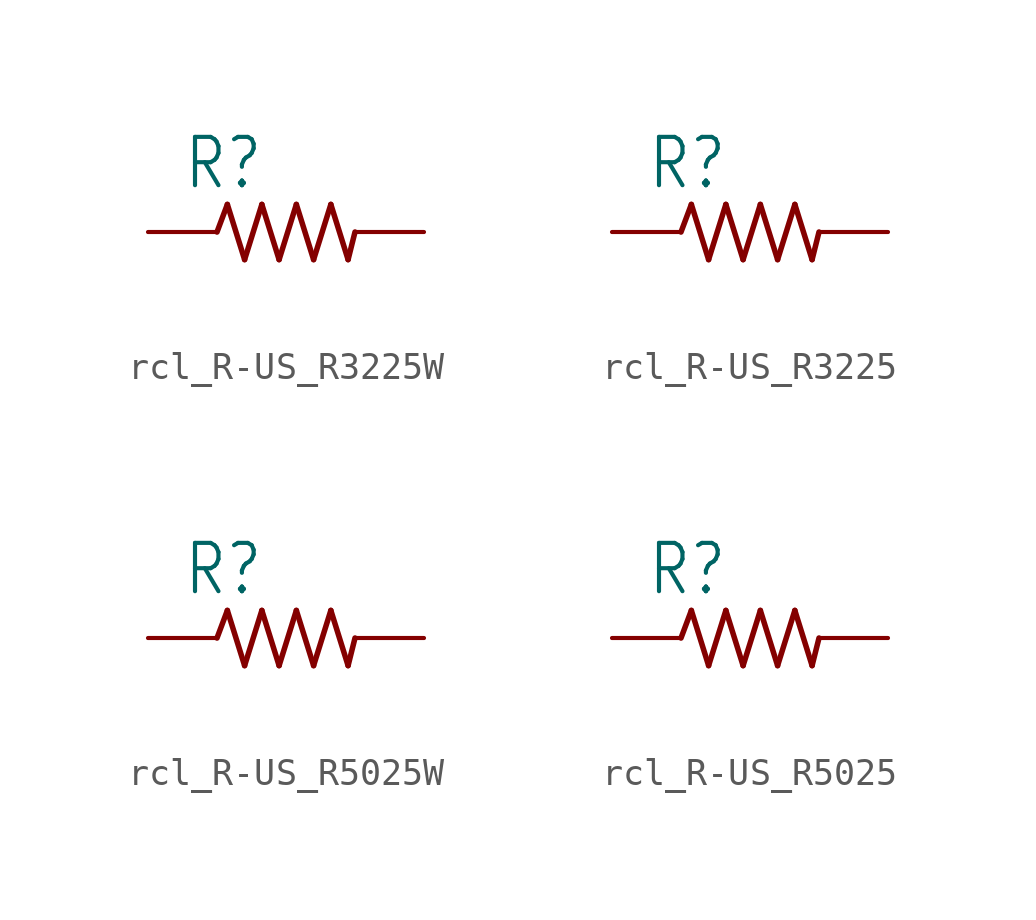
<source format=kicad_sym>
(kicad_symbol_lib
  (version 20231120)
  (generator "kicad_symbol_editor")
  (generator_version "8.0")
  (symbol "rcl_R-US_R3225W"
    (property "Reference" "R"
      (at -3.81 1.499 0)
      (effects (font (size 1.778 1.511)) (justify left bottom)))
    (property "Value" ""
      (at -3.81 -3.302 0)
      (effects (font (size 1.778 1.511)) (justify left bottom)))
    (property "ki_locked" ""
      (at 0 0 0)
      (effects (font (size 1.27 1.27))))
    (symbol "rcl_R-US_R3225W_1_0"
      (polyline (pts (xy -2.54 0) (xy -2.159 1.016)) (stroke (width 0.203) (type solid)) (fill (type none)))
      (polyline (pts (xy -2.159 1.016) (xy -1.524 -1.016)) (stroke (width 0.203) (type solid)) (fill (type none)))
      (polyline (pts (xy -1.524 -1.016) (xy -0.889 1.016)) (stroke (width 0.203) (type solid)) (fill (type none)))
      (polyline (pts (xy -0.889 1.016) (xy -0.254 -1.016)) (stroke (width 0.203) (type solid)) (fill (type none)))
      (polyline (pts (xy -0.254 -1.016) (xy 0.381 1.016)) (stroke (width 0.203) (type solid)) (fill (type none)))
      (polyline (pts (xy 0.381 1.016) (xy 1.016 -1.016)) (stroke (width 0.203) (type solid)) (fill (type none)))
      (polyline (pts (xy 1.016 -1.016) (xy 1.651 1.016)) (stroke (width 0.203) (type solid)) (fill (type none)))
      (polyline (pts (xy 1.651 1.016) (xy 2.286 -1.016)) (stroke (width 0.203) (type solid)) (fill (type none)))
      (polyline (pts (xy 2.286 -1.016) (xy 2.54 0)) (stroke (width 0.203) (type solid)) (fill (type none)))
      (pin passive line (at -5.08 0 0) (length 2.54) (name "1" (effects (font (size 0 0)))) (number "1" (effects (font (size 0 0)))))
      (pin passive line (at 5.08 0 180) (length 2.54) (name "2" (effects (font (size 0 0)))) (number "2" (effects (font (size 0 0)))))))
  (symbol "rcl_R-US_R3225"
    (property "Reference" "R"
      (at -3.81 1.499 0)
      (effects (font (size 1.778 1.511)) (justify left bottom)))
    (property "Value" ""
      (at -3.81 -3.302 0)
      (effects (font (size 1.778 1.511)) (justify left bottom)))
    (property "ki_locked" ""
      (at 0 0 0)
      (effects (font (size 1.27 1.27))))
    (symbol "rcl_R-US_R3225_1_0"
      (polyline (pts (xy -2.54 0) (xy -2.159 1.016)) (stroke (width 0.203) (type solid)) (fill (type none)))
      (polyline (pts (xy -2.159 1.016) (xy -1.524 -1.016)) (stroke (width 0.203) (type solid)) (fill (type none)))
      (polyline (pts (xy -1.524 -1.016) (xy -0.889 1.016)) (stroke (width 0.203) (type solid)) (fill (type none)))
      (polyline (pts (xy -0.889 1.016) (xy -0.254 -1.016)) (stroke (width 0.203) (type solid)) (fill (type none)))
      (polyline (pts (xy -0.254 -1.016) (xy 0.381 1.016)) (stroke (width 0.203) (type solid)) (fill (type none)))
      (polyline (pts (xy 0.381 1.016) (xy 1.016 -1.016)) (stroke (width 0.203) (type solid)) (fill (type none)))
      (polyline (pts (xy 1.016 -1.016) (xy 1.651 1.016)) (stroke (width 0.203) (type solid)) (fill (type none)))
      (polyline (pts (xy 1.651 1.016) (xy 2.286 -1.016)) (stroke (width 0.203) (type solid)) (fill (type none)))
      (polyline (pts (xy 2.286 -1.016) (xy 2.54 0)) (stroke (width 0.203) (type solid)) (fill (type none)))
      (pin passive line (at -5.08 0 0) (length 2.54) (name "1" (effects (font (size 0 0)))) (number "1" (effects (font (size 0 0)))))
      (pin passive line (at 5.08 0 180) (length 2.54) (name "2" (effects (font (size 0 0)))) (number "2" (effects (font (size 0 0)))))))
  (symbol "rcl_R-US_R5025W"
    (property "Reference" "R"
      (at -3.81 1.499 0)
      (effects (font (size 1.778 1.511)) (justify left bottom)))
    (property "Value" ""
      (at -3.81 -3.302 0)
      (effects (font (size 1.778 1.511)) (justify left bottom)))
    (property "ki_locked" ""
      (at 0 0 0)
      (effects (font (size 1.27 1.27))))
    (symbol "rcl_R-US_R5025W_1_0"
      (polyline (pts (xy -2.54 0) (xy -2.159 1.016)) (stroke (width 0.203) (type solid)) (fill (type none)))
      (polyline (pts (xy -2.159 1.016) (xy -1.524 -1.016)) (stroke (width 0.203) (type solid)) (fill (type none)))
      (polyline (pts (xy -1.524 -1.016) (xy -0.889 1.016)) (stroke (width 0.203) (type solid)) (fill (type none)))
      (polyline (pts (xy -0.889 1.016) (xy -0.254 -1.016)) (stroke (width 0.203) (type solid)) (fill (type none)))
      (polyline (pts (xy -0.254 -1.016) (xy 0.381 1.016)) (stroke (width 0.203) (type solid)) (fill (type none)))
      (polyline (pts (xy 0.381 1.016) (xy 1.016 -1.016)) (stroke (width 0.203) (type solid)) (fill (type none)))
      (polyline (pts (xy 1.016 -1.016) (xy 1.651 1.016)) (stroke (width 0.203) (type solid)) (fill (type none)))
      (polyline (pts (xy 1.651 1.016) (xy 2.286 -1.016)) (stroke (width 0.203) (type solid)) (fill (type none)))
      (polyline (pts (xy 2.286 -1.016) (xy 2.54 0)) (stroke (width 0.203) (type solid)) (fill (type none)))
      (pin passive line (at -5.08 0 0) (length 2.54) (name "1" (effects (font (size 0 0)))) (number "1" (effects (font (size 0 0)))))
      (pin passive line (at 5.08 0 180) (length 2.54) (name "2" (effects (font (size 0 0)))) (number "2" (effects (font (size 0 0)))))))
  (symbol "rcl_R-US_R5025"
    (property "Reference" "R"
      (at -3.81 1.499 0)
      (effects (font (size 1.778 1.511)) (justify left bottom)))
    (property "Value" ""
      (at -3.81 -3.302 0)
      (effects (font (size 1.778 1.511)) (justify left bottom)))
    (property "ki_locked" ""
      (at 0 0 0)
      (effects (font (size 1.27 1.27))))
    (symbol "rcl_R-US_R5025_1_0"
      (polyline (pts (xy -2.54 0) (xy -2.159 1.016)) (stroke (width 0.203) (type solid)) (fill (type none)))
      (polyline (pts (xy -2.159 1.016) (xy -1.524 -1.016)) (stroke (width 0.203) (type solid)) (fill (type none)))
      (polyline (pts (xy -1.524 -1.016) (xy -0.889 1.016)) (stroke (width 0.203) (type solid)) (fill (type none)))
      (polyline (pts (xy -0.889 1.016) (xy -0.254 -1.016)) (stroke (width 0.203) (type solid)) (fill (type none)))
      (polyline (pts (xy -0.254 -1.016) (xy 0.381 1.016)) (stroke (width 0.203) (type solid)) (fill (type none)))
      (polyline (pts (xy 0.381 1.016) (xy 1.016 -1.016)) (stroke (width 0.203) (type solid)) (fill (type none)))
      (polyline (pts (xy 1.016 -1.016) (xy 1.651 1.016)) (stroke (width 0.203) (type solid)) (fill (type none)))
      (polyline (pts (xy 1.651 1.016) (xy 2.286 -1.016)) (stroke (width 0.203) (type solid)) (fill (type none)))
      (polyline (pts (xy 2.286 -1.016) (xy 2.54 0)) (stroke (width 0.203) (type solid)) (fill (type none)))
      (pin passive line (at -5.08 0 0) (length 2.54) (name "1" (effects (font (size 0 0)))) (number "1" (effects (font (size 0 0)))))
      (pin passive line (at 5.08 0 180) (length 2.54) (name "2" (effects (font (size 0 0)))) (number "2" (effects (font (size 0 0))))))))
</source>
